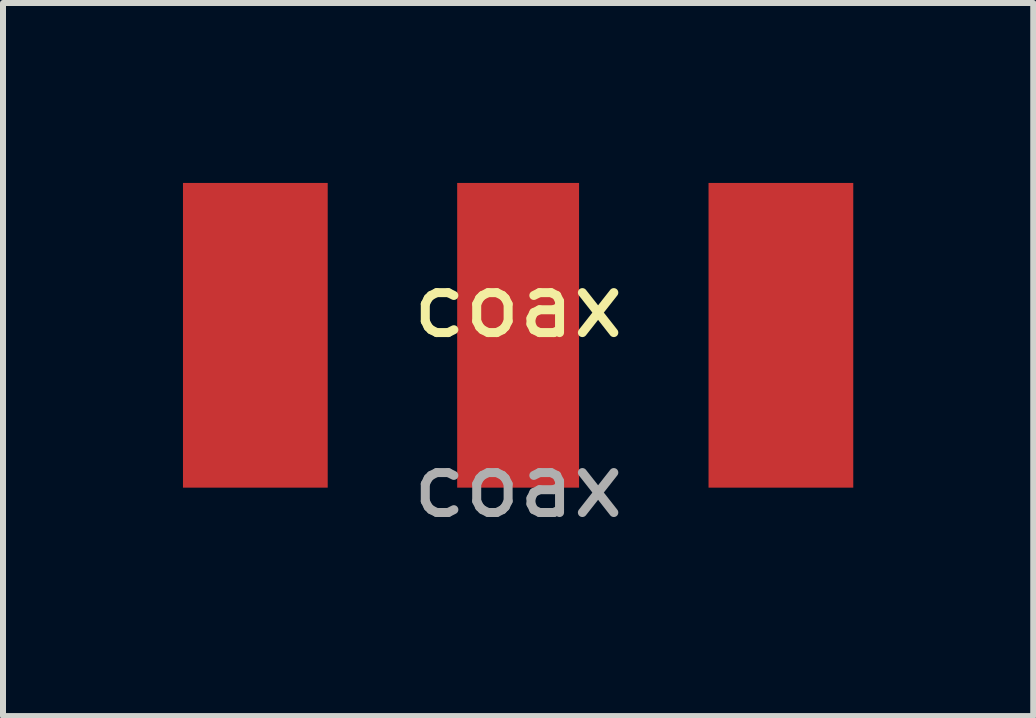
<source format=kicad_pcb>
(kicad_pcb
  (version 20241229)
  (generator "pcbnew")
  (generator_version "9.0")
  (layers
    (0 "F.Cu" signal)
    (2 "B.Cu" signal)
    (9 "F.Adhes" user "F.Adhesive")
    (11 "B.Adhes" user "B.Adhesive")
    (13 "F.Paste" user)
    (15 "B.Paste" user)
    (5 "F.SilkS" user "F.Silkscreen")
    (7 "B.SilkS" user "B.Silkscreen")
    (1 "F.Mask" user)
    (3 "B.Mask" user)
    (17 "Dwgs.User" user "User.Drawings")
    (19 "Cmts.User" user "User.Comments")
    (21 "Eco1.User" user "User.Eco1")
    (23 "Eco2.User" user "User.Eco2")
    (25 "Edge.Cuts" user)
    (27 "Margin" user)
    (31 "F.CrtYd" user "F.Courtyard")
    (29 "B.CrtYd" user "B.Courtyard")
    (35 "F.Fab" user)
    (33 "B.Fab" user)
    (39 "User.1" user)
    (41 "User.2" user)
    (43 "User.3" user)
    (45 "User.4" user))
  (footprint "coax"
    (layer "F.Cu")
    (at 5.588 2.54)
    (property "Reference" "coax" (at 0 -0.5 0) (unlocked yes) (layer "F.SilkS") (effects (font (size 1 1) (thickness 0.15))))
    (attr smd)
    (fp_text user "${REFERENCE}" (at 0 2.5 0) (unlocked yes) (layer "F.Fab") (effects (font (size 1 1) (thickness 0.15))))
    (pad "1" smd rect (at 0 0) (size 2.032 5.08) (layers "F.Cu" "F.Mask" "F.Paste"))
    (pad "2" smd rect (at -4.381 0) (size 2.413 5.08) (layers "F.Cu" "F.Mask" "F.Paste"))
    (pad "2" smd rect (at 4.381 0) (size 2.413 5.08) (layers "F.Cu" "F.Mask" "F.Paste")))
  (gr_rect
    (start -3 -3)
    (end 14.176 8.888)
    (stroke (width 0.1) (type default))
    (fill no)
    (layer "Edge.Cuts")))
</source>
